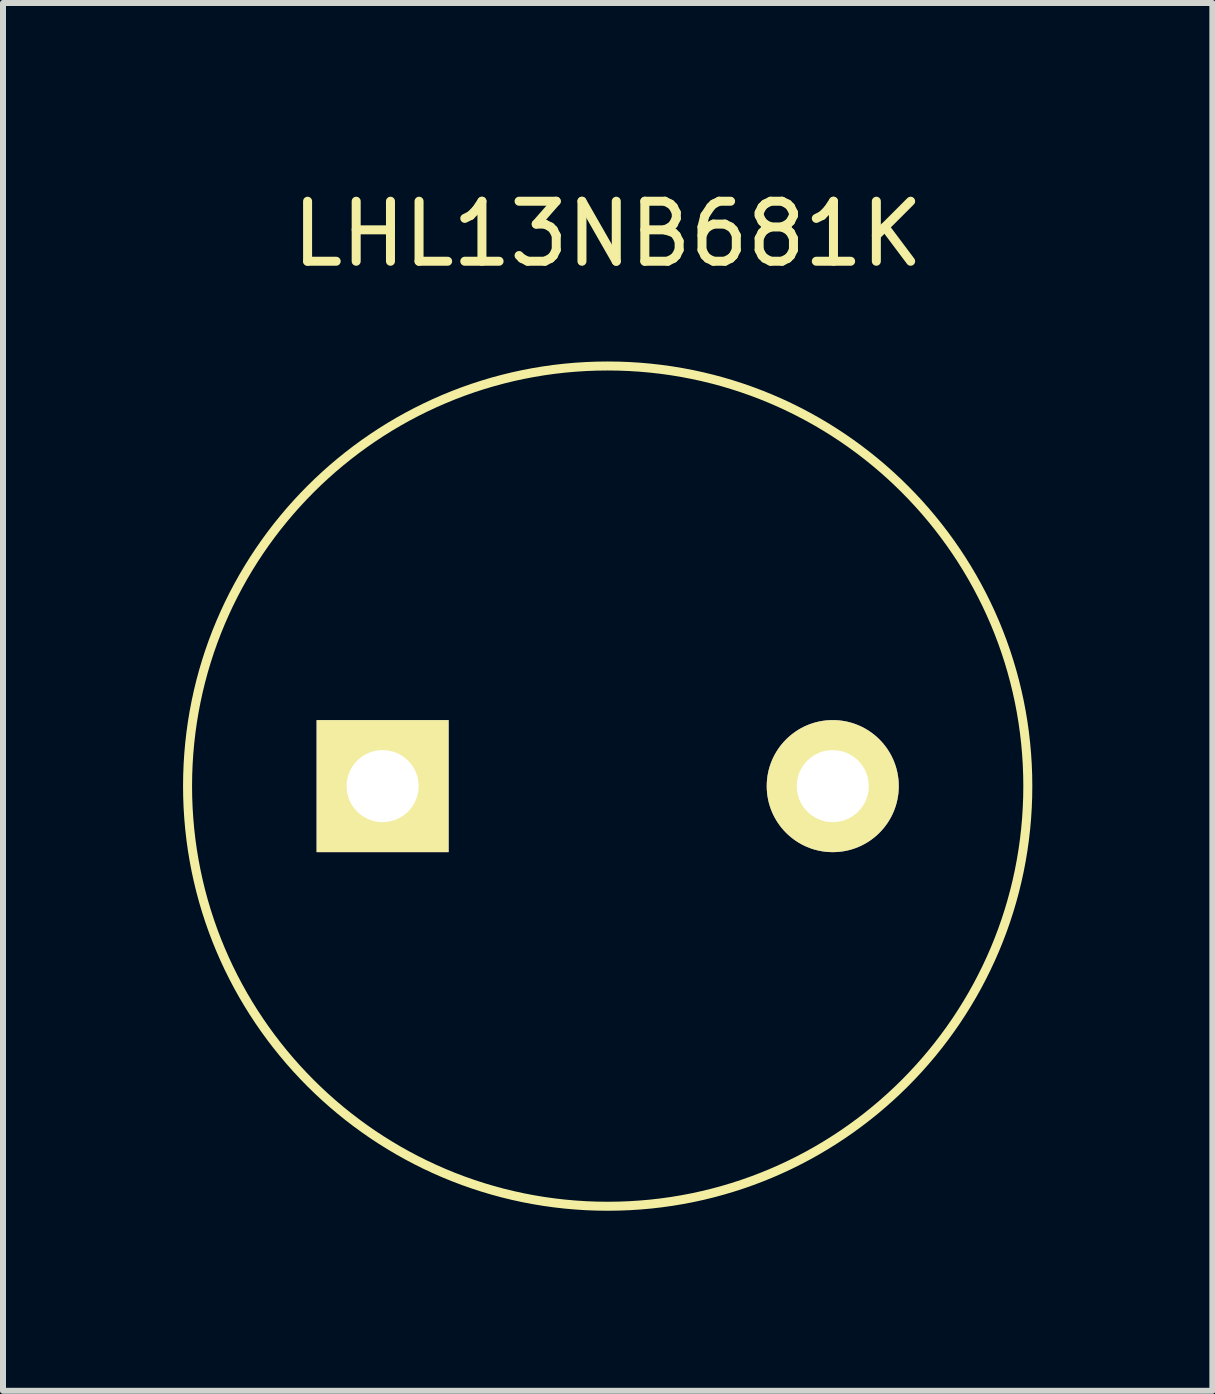
<source format=kicad_pcb>
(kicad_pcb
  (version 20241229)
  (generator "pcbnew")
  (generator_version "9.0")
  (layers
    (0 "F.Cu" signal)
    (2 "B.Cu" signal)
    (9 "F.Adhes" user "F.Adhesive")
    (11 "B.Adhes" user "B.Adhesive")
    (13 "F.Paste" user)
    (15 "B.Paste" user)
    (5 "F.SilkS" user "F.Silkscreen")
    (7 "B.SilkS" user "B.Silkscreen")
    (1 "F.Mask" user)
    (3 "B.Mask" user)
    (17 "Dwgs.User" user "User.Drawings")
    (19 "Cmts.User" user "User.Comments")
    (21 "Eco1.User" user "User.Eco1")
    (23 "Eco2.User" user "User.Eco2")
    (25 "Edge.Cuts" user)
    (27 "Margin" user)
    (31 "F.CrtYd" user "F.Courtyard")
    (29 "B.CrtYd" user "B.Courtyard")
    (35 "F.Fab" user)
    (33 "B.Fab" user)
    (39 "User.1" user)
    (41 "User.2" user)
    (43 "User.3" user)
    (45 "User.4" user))
  (footprint "LHL13NB681K"
    (layer "F.Cu")
    (at 3.325 10.048)
    (property "Reference" "LHL13NB681K" (at 3.75 -9.2 0) (layer "F.SilkS") (effects (font (size 1 1) (thickness 0.15))))
    (attr through_hole)
    (fp_circle (center 3.75 0) (end 3.75 -7) (stroke (width 0.15) (type solid)) (fill no) (layer "F.SilkS"))
    (pad "1" thru_hole rect (at 0 0) (size 2.2 2.2) (drill 1.2) (layers "*.Cu" "*.Mask" "F.SilkS"))
    (pad "2" thru_hole circle (at 7.5 0) (size 2.2 2.2) (drill 1.2) (layers "*.Cu" "*.Mask" "F.SilkS")))
  (gr_rect
    (start -3 -3)
    (end 17.15 20.123)
    (stroke (width 0.1) (type default))
    (fill no)
    (layer "Edge.Cuts")))
</source>
